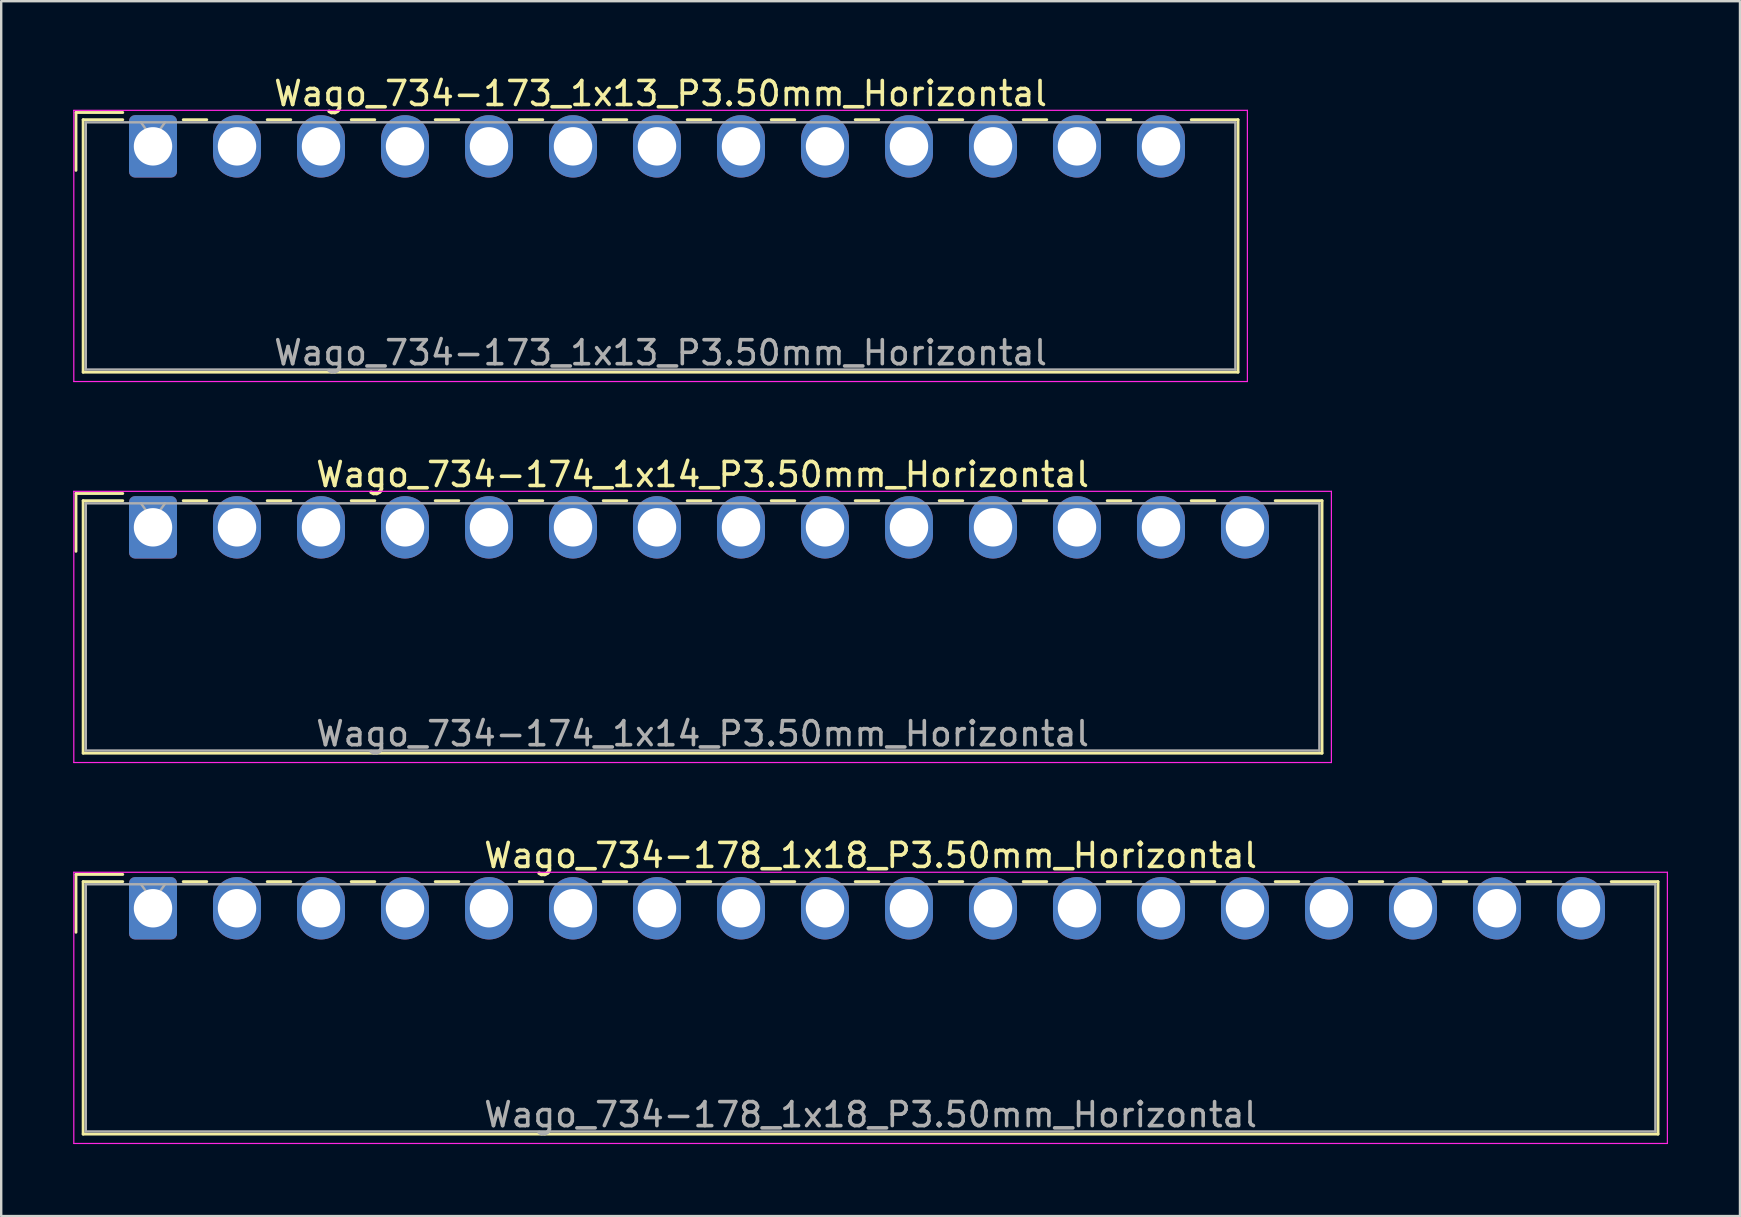
<source format=kicad_pcb>
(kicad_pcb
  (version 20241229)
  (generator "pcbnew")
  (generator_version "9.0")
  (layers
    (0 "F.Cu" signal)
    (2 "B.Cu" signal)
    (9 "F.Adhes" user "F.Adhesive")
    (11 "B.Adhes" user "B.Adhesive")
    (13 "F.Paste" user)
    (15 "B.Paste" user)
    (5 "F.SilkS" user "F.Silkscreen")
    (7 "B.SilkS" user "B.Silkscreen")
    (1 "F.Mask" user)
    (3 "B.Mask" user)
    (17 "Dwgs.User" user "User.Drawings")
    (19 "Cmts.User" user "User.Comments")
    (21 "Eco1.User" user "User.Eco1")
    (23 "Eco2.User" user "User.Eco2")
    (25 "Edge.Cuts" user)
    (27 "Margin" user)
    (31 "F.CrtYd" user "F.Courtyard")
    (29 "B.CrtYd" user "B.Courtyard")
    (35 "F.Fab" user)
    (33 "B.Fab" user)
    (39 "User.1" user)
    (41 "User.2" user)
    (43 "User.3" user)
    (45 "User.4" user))
  (footprint "Wago_734-174_1x14_P3.50mm_Horizontal"
    (layer "F.Cu")
    (at 3.325 18.922)
    (property "Reference" "Wago_734-174_1x14_P3.50mm_Horizontal" (at 22.9 -2.2 0) (layer "F.SilkS") (effects (font (size 1 1) (thickness 0.15))))
    (attr through_hole)
    (fp_line (start -3.21 -1.41) (end -1.26 -1.41) (stroke (width 0.12) (type solid)) (layer "F.SilkS"))
    (fp_line (start -3.21 1) (end -3.21 -1.41) (stroke (width 0.12) (type solid)) (layer "F.SilkS"))
    (fp_line (start -2.91 -1.11) (end -2.91 9.41) (stroke (width 0.12) (type solid)) (layer "F.SilkS"))
    (fp_line (start -2.91 9.41) (end 48.71 9.41) (stroke (width 0.12) (type solid)) (layer "F.SilkS"))
    (fp_line (start -1.26 -1.11) (end -2.91 -1.11) (stroke (width 0.12) (type solid)) (layer "F.SilkS"))
    (fp_line (start 1.26 -1.11) (end 2.24 -1.11) (stroke (width 0.12) (type solid)) (layer "F.SilkS"))
    (fp_line (start 4.76 -1.11) (end 5.74 -1.11) (stroke (width 0.12) (type solid)) (layer "F.SilkS"))
    (fp_line (start 8.26 -1.11) (end 9.24 -1.11) (stroke (width 0.12) (type solid)) (layer "F.SilkS"))
    (fp_line (start 11.76 -1.11) (end 12.74 -1.11) (stroke (width 0.12) (type solid)) (layer "F.SilkS"))
    (fp_line (start 15.26 -1.11) (end 16.24 -1.11) (stroke (width 0.12) (type solid)) (layer "F.SilkS"))
    (fp_line (start 18.76 -1.11) (end 19.74 -1.11) (stroke (width 0.12) (type solid)) (layer "F.SilkS"))
    (fp_line (start 22.26 -1.11) (end 23.24 -1.11) (stroke (width 0.12) (type solid)) (layer "F.SilkS"))
    (fp_line (start 25.76 -1.11) (end 26.74 -1.11) (stroke (width 0.12) (type solid)) (layer "F.SilkS"))
    (fp_line (start 29.26 -1.11) (end 30.24 -1.11) (stroke (width 0.12) (type solid)) (layer "F.SilkS"))
    (fp_line (start 32.76 -1.11) (end 33.74 -1.11) (stroke (width 0.12) (type solid)) (layer "F.SilkS"))
    (fp_line (start 36.26 -1.11) (end 37.24 -1.11) (stroke (width 0.12) (type solid)) (layer "F.SilkS"))
    (fp_line (start 39.76 -1.11) (end 40.74 -1.11) (stroke (width 0.12) (type solid)) (layer "F.SilkS"))
    (fp_line (start 43.26 -1.11) (end 44.24 -1.11) (stroke (width 0.12) (type solid)) (layer "F.SilkS"))
    (fp_line (start 48.71 -1.11) (end 46.76 -1.11) (stroke (width 0.12) (type solid)) (layer "F.SilkS"))
    (fp_line (start 48.71 9.41) (end 48.71 -1.11) (stroke (width 0.12) (type solid)) (layer "F.SilkS"))
    (fp_line (start -3.3 -1.5) (end -3.3 9.8) (stroke (width 0.05) (type solid)) (layer "F.CrtYd"))
    (fp_line (start -3.3 9.8) (end 49.1 9.8) (stroke (width 0.05) (type solid)) (layer "F.CrtYd"))
    (fp_line (start 49.1 -1.5) (end -3.3 -1.5) (stroke (width 0.05) (type solid)) (layer "F.CrtYd"))
    (fp_line (start 49.1 9.8) (end 49.1 -1.5) (stroke (width 0.05) (type solid)) (layer "F.CrtYd"))
    (fp_line (start -2.8 -1) (end -2.8 9.3) (stroke (width 0.1) (type solid)) (layer "F.Fab"))
    (fp_line (start -2.8 9.3) (end 48.6 9.3) (stroke (width 0.1) (type solid)) (layer "F.Fab"))
    (fp_line (start -0.5 -1) (end 0 -0.293) (stroke (width 0.1) (type solid)) (layer "F.Fab"))
    (fp_line (start 0 -0.293) (end 0.5 -1) (stroke (width 0.1) (type solid)) (layer "F.Fab"))
    (fp_line (start 48.6 -1) (end -2.8 -1) (stroke (width 0.1) (type solid)) (layer "F.Fab"))
    (fp_line (start 48.6 9.3) (end 48.6 -1) (stroke (width 0.1) (type solid)) (layer "F.Fab"))
    (fp_text user "${REFERENCE}" (at 22.9 8.6 0) (layer "F.Fab") (effects (font (size 1 1) (thickness 0.15))))
    (pad "1" thru_hole roundrect (at 0 0) (size 2 2.6) (drill 1.6) (layers "*.Cu" "*.Mask") (roundrect_rratio 0.125))
    (pad "2" thru_hole oval (at 3.5 0) (size 2 2.6) (drill 1.6) (layers "*.Cu" "*.Mask"))
    (pad "3" thru_hole oval (at 7 0) (size 2 2.6) (drill 1.6) (layers "*.Cu" "*.Mask"))
    (pad "4" thru_hole oval (at 10.5 0) (size 2 2.6) (drill 1.6) (layers "*.Cu" "*.Mask"))
    (pad "5" thru_hole oval (at 14 0) (size 2 2.6) (drill 1.6) (layers "*.Cu" "*.Mask"))
    (pad "6" thru_hole oval (at 17.5 0) (size 2 2.6) (drill 1.6) (layers "*.Cu" "*.Mask"))
    (pad "7" thru_hole oval (at 21 0) (size 2 2.6) (drill 1.6) (layers "*.Cu" "*.Mask"))
    (pad "8" thru_hole oval (at 24.5 0) (size 2 2.6) (drill 1.6) (layers "*.Cu" "*.Mask"))
    (pad "9" thru_hole oval (at 28 0) (size 2 2.6) (drill 1.6) (layers "*.Cu" "*.Mask"))
    (pad "10" thru_hole oval (at 31.5 0) (size 2 2.6) (drill 1.6) (layers "*.Cu" "*.Mask"))
    (pad "11" thru_hole oval (at 35 0) (size 2 2.6) (drill 1.6) (layers "*.Cu" "*.Mask"))
    (pad "12" thru_hole oval (at 38.5 0) (size 2 2.6) (drill 1.6) (layers "*.Cu" "*.Mask"))
    (pad "13" thru_hole oval (at 42 0) (size 2 2.6) (drill 1.6) (layers "*.Cu" "*.Mask"))
    (pad "14" thru_hole oval (at 45.5 0) (size 2 2.6) (drill 1.6) (layers "*.Cu" "*.Mask")))
  (footprint "Wago_734-178_1x18_P3.50mm_Horizontal"
    (layer "F.Cu")
    (at 3.325 34.795)
    (property "Reference" "Wago_734-178_1x18_P3.50mm_Horizontal" (at 29.9 -2.2 0) (layer "F.SilkS") (effects (font (size 1 1) (thickness 0.15))))
    (attr through_hole)
    (fp_line (start -3.21 -1.41) (end -1.26 -1.41) (stroke (width 0.12) (type solid)) (layer "F.SilkS"))
    (fp_line (start -3.21 1) (end -3.21 -1.41) (stroke (width 0.12) (type solid)) (layer "F.SilkS"))
    (fp_line (start -2.91 -1.11) (end -2.91 9.41) (stroke (width 0.12) (type solid)) (layer "F.SilkS"))
    (fp_line (start -2.91 9.41) (end 62.71 9.41) (stroke (width 0.12) (type solid)) (layer "F.SilkS"))
    (fp_line (start -1.26 -1.11) (end -2.91 -1.11) (stroke (width 0.12) (type solid)) (layer "F.SilkS"))
    (fp_line (start 1.26 -1.11) (end 2.24 -1.11) (stroke (width 0.12) (type solid)) (layer "F.SilkS"))
    (fp_line (start 4.76 -1.11) (end 5.74 -1.11) (stroke (width 0.12) (type solid)) (layer "F.SilkS"))
    (fp_line (start 8.26 -1.11) (end 9.24 -1.11) (stroke (width 0.12) (type solid)) (layer "F.SilkS"))
    (fp_line (start 11.76 -1.11) (end 12.74 -1.11) (stroke (width 0.12) (type solid)) (layer "F.SilkS"))
    (fp_line (start 15.26 -1.11) (end 16.24 -1.11) (stroke (width 0.12) (type solid)) (layer "F.SilkS"))
    (fp_line (start 18.76 -1.11) (end 19.74 -1.11) (stroke (width 0.12) (type solid)) (layer "F.SilkS"))
    (fp_line (start 22.26 -1.11) (end 23.24 -1.11) (stroke (width 0.12) (type solid)) (layer "F.SilkS"))
    (fp_line (start 25.76 -1.11) (end 26.74 -1.11) (stroke (width 0.12) (type solid)) (layer "F.SilkS"))
    (fp_line (start 29.26 -1.11) (end 30.24 -1.11) (stroke (width 0.12) (type solid)) (layer "F.SilkS"))
    (fp_line (start 32.76 -1.11) (end 33.74 -1.11) (stroke (width 0.12) (type solid)) (layer "F.SilkS"))
    (fp_line (start 36.26 -1.11) (end 37.24 -1.11) (stroke (width 0.12) (type solid)) (layer "F.SilkS"))
    (fp_line (start 39.76 -1.11) (end 40.74 -1.11) (stroke (width 0.12) (type solid)) (layer "F.SilkS"))
    (fp_line (start 43.26 -1.11) (end 44.24 -1.11) (stroke (width 0.12) (type solid)) (layer "F.SilkS"))
    (fp_line (start 46.76 -1.11) (end 47.74 -1.11) (stroke (width 0.12) (type solid)) (layer "F.SilkS"))
    (fp_line (start 50.26 -1.11) (end 51.24 -1.11) (stroke (width 0.12) (type solid)) (layer "F.SilkS"))
    (fp_line (start 53.76 -1.11) (end 54.74 -1.11) (stroke (width 0.12) (type solid)) (layer "F.SilkS"))
    (fp_line (start 57.26 -1.11) (end 58.24 -1.11) (stroke (width 0.12) (type solid)) (layer "F.SilkS"))
    (fp_line (start 62.71 -1.11) (end 60.76 -1.11) (stroke (width 0.12) (type solid)) (layer "F.SilkS"))
    (fp_line (start 62.71 9.41) (end 62.71 -1.11) (stroke (width 0.12) (type solid)) (layer "F.SilkS"))
    (fp_line (start -3.3 -1.5) (end -3.3 9.8) (stroke (width 0.05) (type solid)) (layer "F.CrtYd"))
    (fp_line (start -3.3 9.8) (end 63.1 9.8) (stroke (width 0.05) (type solid)) (layer "F.CrtYd"))
    (fp_line (start 63.1 -1.5) (end -3.3 -1.5) (stroke (width 0.05) (type solid)) (layer "F.CrtYd"))
    (fp_line (start 63.1 9.8) (end 63.1 -1.5) (stroke (width 0.05) (type solid)) (layer "F.CrtYd"))
    (fp_line (start -2.8 -1) (end -2.8 9.3) (stroke (width 0.1) (type solid)) (layer "F.Fab"))
    (fp_line (start -2.8 9.3) (end 62.6 9.3) (stroke (width 0.1) (type solid)) (layer "F.Fab"))
    (fp_line (start -0.5 -1) (end 0 -0.293) (stroke (width 0.1) (type solid)) (layer "F.Fab"))
    (fp_line (start 0 -0.293) (end 0.5 -1) (stroke (width 0.1) (type solid)) (layer "F.Fab"))
    (fp_line (start 62.6 -1) (end -2.8 -1) (stroke (width 0.1) (type solid)) (layer "F.Fab"))
    (fp_line (start 62.6 9.3) (end 62.6 -1) (stroke (width 0.1) (type solid)) (layer "F.Fab"))
    (fp_text user "${REFERENCE}" (at 29.9 8.6 0) (layer "F.Fab") (effects (font (size 1 1) (thickness 0.15))))
    (pad "1" thru_hole roundrect (at 0 0) (size 2 2.6) (drill 1.6) (layers "*.Cu" "*.Mask") (roundrect_rratio 0.125))
    (pad "2" thru_hole oval (at 3.5 0) (size 2 2.6) (drill 1.6) (layers "*.Cu" "*.Mask"))
    (pad "3" thru_hole oval (at 7 0) (size 2 2.6) (drill 1.6) (layers "*.Cu" "*.Mask"))
    (pad "4" thru_hole oval (at 10.5 0) (size 2 2.6) (drill 1.6) (layers "*.Cu" "*.Mask"))
    (pad "5" thru_hole oval (at 14 0) (size 2 2.6) (drill 1.6) (layers "*.Cu" "*.Mask"))
    (pad "6" thru_hole oval (at 17.5 0) (size 2 2.6) (drill 1.6) (layers "*.Cu" "*.Mask"))
    (pad "7" thru_hole oval (at 21 0) (size 2 2.6) (drill 1.6) (layers "*.Cu" "*.Mask"))
    (pad "8" thru_hole oval (at 24.5 0) (size 2 2.6) (drill 1.6) (layers "*.Cu" "*.Mask"))
    (pad "9" thru_hole oval (at 28 0) (size 2 2.6) (drill 1.6) (layers "*.Cu" "*.Mask"))
    (pad "10" thru_hole oval (at 31.5 0) (size 2 2.6) (drill 1.6) (layers "*.Cu" "*.Mask"))
    (pad "11" thru_hole oval (at 35 0) (size 2 2.6) (drill 1.6) (layers "*.Cu" "*.Mask"))
    (pad "12" thru_hole oval (at 38.5 0) (size 2 2.6) (drill 1.6) (layers "*.Cu" "*.Mask"))
    (pad "13" thru_hole oval (at 42 0) (size 2 2.6) (drill 1.6) (layers "*.Cu" "*.Mask"))
    (pad "14" thru_hole oval (at 45.5 0) (size 2 2.6) (drill 1.6) (layers "*.Cu" "*.Mask"))
    (pad "15" thru_hole oval (at 49 0) (size 2 2.6) (drill 1.6) (layers "*.Cu" "*.Mask"))
    (pad "16" thru_hole oval (at 52.5 0) (size 2 2.6) (drill 1.6) (layers "*.Cu" "*.Mask"))
    (pad "17" thru_hole oval (at 56 0) (size 2 2.6) (drill 1.6) (layers "*.Cu" "*.Mask"))
    (pad "18" thru_hole oval (at 59.5 0) (size 2 2.6) (drill 1.6) (layers "*.Cu" "*.Mask")))
  (footprint "Wago_734-173_1x13_P3.50mm_Horizontal"
    (layer "F.Cu")
    (at 3.325 3.048)
    (property "Reference" "Wago_734-173_1x13_P3.50mm_Horizontal" (at 21.15 -2.2 0) (layer "F.SilkS") (effects (font (size 1 1) (thickness 0.15))))
    (attr through_hole)
    (fp_line (start -3.21 -1.41) (end -1.26 -1.41) (stroke (width 0.12) (type solid)) (layer "F.SilkS"))
    (fp_line (start -3.21 1) (end -3.21 -1.41) (stroke (width 0.12) (type solid)) (layer "F.SilkS"))
    (fp_line (start -2.91 -1.11) (end -2.91 9.41) (stroke (width 0.12) (type solid)) (layer "F.SilkS"))
    (fp_line (start -2.91 9.41) (end 45.21 9.41) (stroke (width 0.12) (type solid)) (layer "F.SilkS"))
    (fp_line (start -1.26 -1.11) (end -2.91 -1.11) (stroke (width 0.12) (type solid)) (layer "F.SilkS"))
    (fp_line (start 1.26 -1.11) (end 2.24 -1.11) (stroke (width 0.12) (type solid)) (layer "F.SilkS"))
    (fp_line (start 4.76 -1.11) (end 5.74 -1.11) (stroke (width 0.12) (type solid)) (layer "F.SilkS"))
    (fp_line (start 8.26 -1.11) (end 9.24 -1.11) (stroke (width 0.12) (type solid)) (layer "F.SilkS"))
    (fp_line (start 11.76 -1.11) (end 12.74 -1.11) (stroke (width 0.12) (type solid)) (layer "F.SilkS"))
    (fp_line (start 15.26 -1.11) (end 16.24 -1.11) (stroke (width 0.12) (type solid)) (layer "F.SilkS"))
    (fp_line (start 18.76 -1.11) (end 19.74 -1.11) (stroke (width 0.12) (type solid)) (layer "F.SilkS"))
    (fp_line (start 22.26 -1.11) (end 23.24 -1.11) (stroke (width 0.12) (type solid)) (layer "F.SilkS"))
    (fp_line (start 25.76 -1.11) (end 26.74 -1.11) (stroke (width 0.12) (type solid)) (layer "F.SilkS"))
    (fp_line (start 29.26 -1.11) (end 30.24 -1.11) (stroke (width 0.12) (type solid)) (layer "F.SilkS"))
    (fp_line (start 32.76 -1.11) (end 33.74 -1.11) (stroke (width 0.12) (type solid)) (layer "F.SilkS"))
    (fp_line (start 36.26 -1.11) (end 37.24 -1.11) (stroke (width 0.12) (type solid)) (layer "F.SilkS"))
    (fp_line (start 39.76 -1.11) (end 40.74 -1.11) (stroke (width 0.12) (type solid)) (layer "F.SilkS"))
    (fp_line (start 45.21 -1.11) (end 43.26 -1.11) (stroke (width 0.12) (type solid)) (layer "F.SilkS"))
    (fp_line (start 45.21 9.41) (end 45.21 -1.11) (stroke (width 0.12) (type solid)) (layer "F.SilkS"))
    (fp_line (start -3.3 -1.5) (end -3.3 9.8) (stroke (width 0.05) (type solid)) (layer "F.CrtYd"))
    (fp_line (start -3.3 9.8) (end 45.6 9.8) (stroke (width 0.05) (type solid)) (layer "F.CrtYd"))
    (fp_line (start 45.6 -1.5) (end -3.3 -1.5) (stroke (width 0.05) (type solid)) (layer "F.CrtYd"))
    (fp_line (start 45.6 9.8) (end 45.6 -1.5) (stroke (width 0.05) (type solid)) (layer "F.CrtYd"))
    (fp_line (start -2.8 -1) (end -2.8 9.3) (stroke (width 0.1) (type solid)) (layer "F.Fab"))
    (fp_line (start -2.8 9.3) (end 45.1 9.3) (stroke (width 0.1) (type solid)) (layer "F.Fab"))
    (fp_line (start -0.5 -1) (end 0 -0.293) (stroke (width 0.1) (type solid)) (layer "F.Fab"))
    (fp_line (start 0 -0.293) (end 0.5 -1) (stroke (width 0.1) (type solid)) (layer "F.Fab"))
    (fp_line (start 45.1 -1) (end -2.8 -1) (stroke (width 0.1) (type solid)) (layer "F.Fab"))
    (fp_line (start 45.1 9.3) (end 45.1 -1) (stroke (width 0.1) (type solid)) (layer "F.Fab"))
    (fp_text user "${REFERENCE}" (at 21.15 8.6 0) (layer "F.Fab") (effects (font (size 1 1) (thickness 0.15))))
    (pad "1" thru_hole roundrect (at 0 0) (size 2 2.6) (drill 1.6) (layers "*.Cu" "*.Mask") (roundrect_rratio 0.125))
    (pad "2" thru_hole oval (at 3.5 0) (size 2 2.6) (drill 1.6) (layers "*.Cu" "*.Mask"))
    (pad "3" thru_hole oval (at 7 0) (size 2 2.6) (drill 1.6) (layers "*.Cu" "*.Mask"))
    (pad "4" thru_hole oval (at 10.5 0) (size 2 2.6) (drill 1.6) (layers "*.Cu" "*.Mask"))
    (pad "5" thru_hole oval (at 14 0) (size 2 2.6) (drill 1.6) (layers "*.Cu" "*.Mask"))
    (pad "6" thru_hole oval (at 17.5 0) (size 2 2.6) (drill 1.6) (layers "*.Cu" "*.Mask"))
    (pad "7" thru_hole oval (at 21 0) (size 2 2.6) (drill 1.6) (layers "*.Cu" "*.Mask"))
    (pad "8" thru_hole oval (at 24.5 0) (size 2 2.6) (drill 1.6) (layers "*.Cu" "*.Mask"))
    (pad "9" thru_hole oval (at 28 0) (size 2 2.6) (drill 1.6) (layers "*.Cu" "*.Mask"))
    (pad "10" thru_hole oval (at 31.5 0) (size 2 2.6) (drill 1.6) (layers "*.Cu" "*.Mask"))
    (pad "11" thru_hole oval (at 35 0) (size 2 2.6) (drill 1.6) (layers "*.Cu" "*.Mask"))
    (pad "12" thru_hole oval (at 38.5 0) (size 2 2.6) (drill 1.6) (layers "*.Cu" "*.Mask"))
    (pad "13" thru_hole oval (at 42 0) (size 2 2.6) (drill 1.6) (layers "*.Cu" "*.Mask")))
  (gr_rect
    (start -3 -3)
    (end 69.45 47.62)
    (stroke (width 0.1) (type default))
    (fill no)
    (layer "Edge.Cuts")))
</source>
